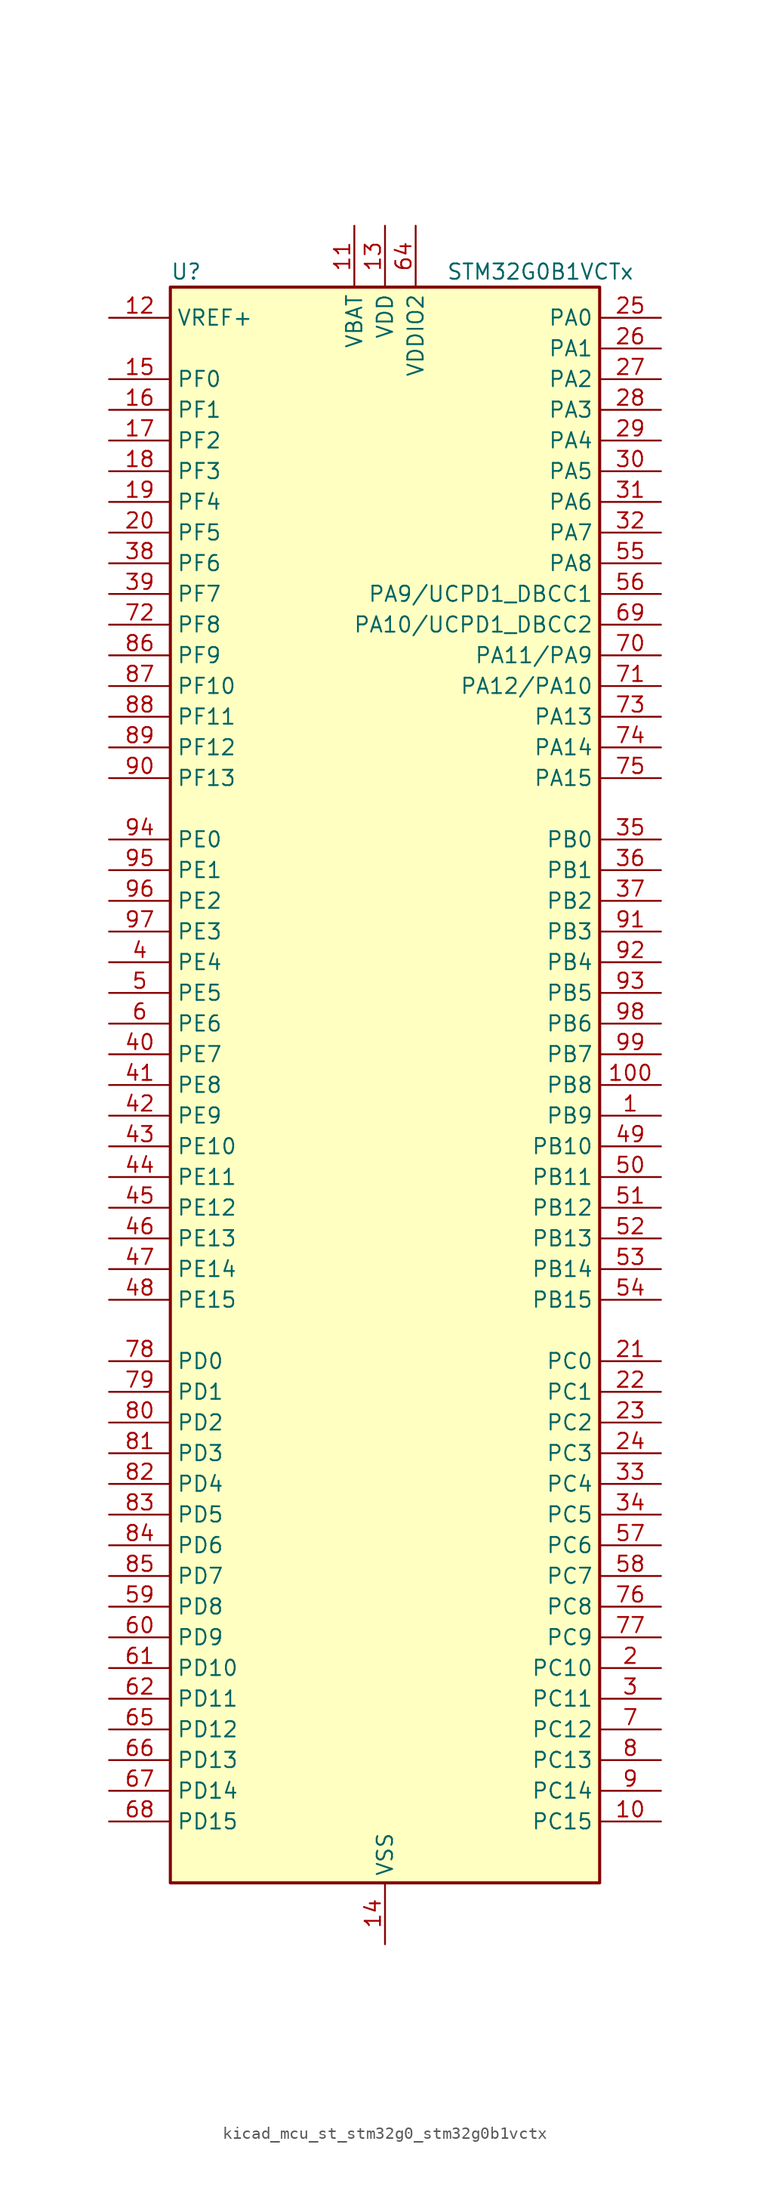
<source format=kicad_sym>
(kicad_symbol_lib
  (version 20220914)
  (generator kicad_symbol_editor)
  (symbol "kicad_mcu_st_stm32g0_stm32g0b1vctx"
    (property "Reference" "U"
      (at -17.78 67.31 0)
      (effects (font (size 1.27 1.27)) (justify left)))
    (property "Value" "STM32G0B1VCTx"
      (at 5.08 67.31 0)
      (effects (font (size 1.27 1.27)) (justify left)))
    (property "ki_locked" ""
      (at 0 0 0)
      (effects (font (size 1.27 1.27))))
    (symbol "kicad_mcu_st_stm32g0_stm32g0b1vctx_0_1"
      (rectangle (start -17.78 -66.04) (end 17.78 66.04) (stroke (width 0.254) (type default)) (fill (type background))))
    (symbol "kicad_mcu_st_stm32g0_stm32g0b1vctx_1_1"
      (pin bidirectional line (at 22.86 -2.54 180) (length 5.08) (name "PB9" (effects (font (size 1.27 1.27)))) (number "1" (effects (font (size 1.27 1.27)))) (alternate "DAC1_EXTI9" bidirectional line) (alternate "FDCAN1_TX" bidirectional line) (alternate "I2C1_SDA" bidirectional line) (alternate "I2S2_WS" bidirectional line) (alternate "IR_OUT" bidirectional line) (alternate "SPI2_NSS" bidirectional line) (alternate "TIM17_CH1" bidirectional line) (alternate "TIM4_CH4" bidirectional line) (alternate "UCPD2_FRSTX1" bidirectional line) (alternate "UCPD2_FRSTX2" bidirectional line) (alternate "USART3_RX" bidirectional line) (alternate "USART6_RX" bidirectional line))
      (pin bidirectional line (at 22.86 -60.96 180) (length 5.08) (name "PC15" (effects (font (size 1.27 1.27)))) (number "10" (effects (font (size 1.27 1.27)))) (alternate "RCC_OSC32_EN" bidirectional line) (alternate "RCC_OSC32_OUT" bidirectional line) (alternate "RCC_OSC_EN" bidirectional line) (alternate "TIM15_BK" bidirectional line))
      (pin bidirectional line (at 22.86 0 180) (length 5.08) (name "PB8" (effects (font (size 1.27 1.27)))) (number "100" (effects (font (size 1.27 1.27)))) (alternate "CEC" bidirectional line) (alternate "FDCAN1_RX" bidirectional line) (alternate "I2C1_SCL" bidirectional line) (alternate "I2S2_CK" bidirectional line) (alternate "SPI2_SCK" bidirectional line) (alternate "TIM15_BK" bidirectional line) (alternate "TIM16_CH1" bidirectional line) (alternate "TIM4_CH3" bidirectional line) (alternate "USART3_TX" bidirectional line) (alternate "USART6_TX" bidirectional line))
      (pin power_in line (at -2.54 71.12 270) (length 5.08) (name "VBAT" (effects (font (size 1.27 1.27)))) (number "11" (effects (font (size 1.27 1.27)))))
      (pin input line (at -22.86 63.5 0) (length 5.08) (name "VREF+" (effects (font (size 1.27 1.27)))) (number "12" (effects (font (size 1.27 1.27)))) (alternate "VREFBUF_OUT" bidirectional line))
      (pin power_in line (at 0 71.12 270) (length 5.08) (name "VDD" (effects (font (size 1.27 1.27)))) (number "13" (effects (font (size 1.27 1.27)))))
      (pin power_in line (at 0 -71.12 90) (length 5.08) (name "VSS" (effects (font (size 1.27 1.27)))) (number "14" (effects (font (size 1.27 1.27)))))
      (pin bidirectional line (at -22.86 58.42 0) (length 5.08) (name "PF0" (effects (font (size 1.27 1.27)))) (number "15" (effects (font (size 1.27 1.27)))) (alternate "CRS1_SYNC" bidirectional line) (alternate "RCC_OSC_IN" bidirectional line) (alternate "TIM14_CH1" bidirectional line))
      (pin bidirectional line (at -22.86 55.88 0) (length 5.08) (name "PF1" (effects (font (size 1.27 1.27)))) (number "16" (effects (font (size 1.27 1.27)))) (alternate "RCC_OSC_EN" bidirectional line) (alternate "RCC_OSC_OUT" bidirectional line) (alternate "TIM15_CH1N" bidirectional line))
      (pin bidirectional line (at -22.86 53.34 0) (length 5.08) (name "PF2" (effects (font (size 1.27 1.27)))) (number "17" (effects (font (size 1.27 1.27)))) (alternate "LPUART2_DE" bidirectional line) (alternate "LPUART2_RTS" bidirectional line) (alternate "LPUART2_TX" bidirectional line) (alternate "RCC_MCO" bidirectional line))
      (pin bidirectional line (at -22.86 50.8 0) (length 5.08) (name "PF3" (effects (font (size 1.27 1.27)))) (number "18" (effects (font (size 1.27 1.27)))) (alternate "LPUART2_RX" bidirectional line) (alternate "USART6_CK" bidirectional line) (alternate "USART6_DE" bidirectional line) (alternate "USART6_RTS" bidirectional line))
      (pin bidirectional line (at -22.86 48.26 0) (length 5.08) (name "PF4" (effects (font (size 1.27 1.27)))) (number "19" (effects (font (size 1.27 1.27)))) (alternate "LPUART1_TX" bidirectional line))
      (pin bidirectional line (at 22.86 -48.26 180) (length 5.08) (name "PC10" (effects (font (size 1.27 1.27)))) (number "2" (effects (font (size 1.27 1.27)))) (alternate "SPI3_SCK" bidirectional line) (alternate "TIM1_CH3" bidirectional line) (alternate "USART3_TX" bidirectional line) (alternate "USART4_TX" bidirectional line))
      (pin bidirectional line (at -22.86 45.72 0) (length 5.08) (name "PF5" (effects (font (size 1.27 1.27)))) (number "20" (effects (font (size 1.27 1.27)))) (alternate "LPUART1_RX" bidirectional line))
      (pin bidirectional line (at 22.86 -22.86 180) (length 5.08) (name "PC0" (effects (font (size 1.27 1.27)))) (number "21" (effects (font (size 1.27 1.27)))) (alternate "COMP3_INM" bidirectional line) (alternate "COMP3_OUT" bidirectional line) (alternate "I2C3_SCL" bidirectional line) (alternate "LPTIM1_IN1" bidirectional line) (alternate "LPTIM2_IN1" bidirectional line) (alternate "LPUART1_RX" bidirectional line) (alternate "LPUART2_TX" bidirectional line) (alternate "USART6_TX" bidirectional line))
      (pin bidirectional line (at 22.86 -25.4 180) (length 5.08) (name "PC1" (effects (font (size 1.27 1.27)))) (number "22" (effects (font (size 1.27 1.27)))) (alternate "COMP3_INP" bidirectional line) (alternate "I2C3_SDA" bidirectional line) (alternate "LPTIM1_OUT" bidirectional line) (alternate "LPUART1_TX" bidirectional line) (alternate "LPUART2_RX" bidirectional line) (alternate "TIM15_CH1" bidirectional line) (alternate "USART6_RX" bidirectional line))
      (pin bidirectional line (at 22.86 -27.94 180) (length 5.08) (name "PC2" (effects (font (size 1.27 1.27)))) (number "23" (effects (font (size 1.27 1.27)))) (alternate "COMP3_OUT" bidirectional line) (alternate "FDCAN2_RX" bidirectional line) (alternate "I2S2_MCK" bidirectional line) (alternate "LPTIM1_IN2" bidirectional line) (alternate "SPI2_MISO" bidirectional line) (alternate "TIM15_CH2" bidirectional line))
      (pin bidirectional line (at 22.86 -30.48 180) (length 5.08) (name "PC3" (effects (font (size 1.27 1.27)))) (number "24" (effects (font (size 1.27 1.27)))) (alternate "FDCAN2_TX" bidirectional line) (alternate "I2S2_SD" bidirectional line) (alternate "LPTIM1_ETR" bidirectional line) (alternate "LPTIM2_ETR" bidirectional line) (alternate "SPI2_MOSI" bidirectional line))
      (pin bidirectional line (at 22.86 63.5 180) (length 5.08) (name "PA0" (effects (font (size 1.27 1.27)))) (number "25" (effects (font (size 1.27 1.27)))) (alternate "ADC1_IN0" bidirectional line) (alternate "COMP1_INM" bidirectional line) (alternate "COMP1_OUT" bidirectional line) (alternate "I2S2_CK" bidirectional line) (alternate "LPTIM1_OUT" bidirectional line) (alternate "RTC_TAMP_IN2" bidirectional line) (alternate "SPI2_SCK" bidirectional line) (alternate "SYS_WKUP1" bidirectional line) (alternate "TIM2_CH1" bidirectional line) (alternate "TIM2_ETR" bidirectional line) (alternate "UCPD2_FRSTX1" bidirectional line) (alternate "UCPD2_FRSTX2" bidirectional line) (alternate "USART2_CTS" bidirectional line) (alternate "USART2_NSS" bidirectional line) (alternate "USART4_TX" bidirectional line))
      (pin bidirectional line (at 22.86 60.96 180) (length 5.08) (name "PA1" (effects (font (size 1.27 1.27)))) (number "26" (effects (font (size 1.27 1.27)))) (alternate "ADC1_IN1" bidirectional line) (alternate "COMP1_INP" bidirectional line) (alternate "I2C1_SMBA" bidirectional line) (alternate "I2S1_CK" bidirectional line) (alternate "SPI1_SCK" bidirectional line) (alternate "TIM15_CH1N" bidirectional line) (alternate "TIM2_CH2" bidirectional line) (alternate "USART2_CK" bidirectional line) (alternate "USART2_DE" bidirectional line) (alternate "USART2_RTS" bidirectional line) (alternate "USART4_RX" bidirectional line))
      (pin bidirectional line (at 22.86 58.42 180) (length 5.08) (name "PA2" (effects (font (size 1.27 1.27)))) (number "27" (effects (font (size 1.27 1.27)))) (alternate "ADC1_IN2" bidirectional line) (alternate "COMP2_INM" bidirectional line) (alternate "COMP2_OUT" bidirectional line) (alternate "I2S1_SD" bidirectional line) (alternate "LPUART1_TX" bidirectional line) (alternate "RCC_LSCO" bidirectional line) (alternate "SPI1_MOSI" bidirectional line) (alternate "SYS_WKUP4" bidirectional line) (alternate "TIM15_CH1" bidirectional line) (alternate "TIM2_CH3" bidirectional line) (alternate "UCPD1_FRSTX1" bidirectional line) (alternate "UCPD1_FRSTX2" bidirectional line) (alternate "USART2_TX" bidirectional line))
      (pin bidirectional line (at 22.86 55.88 180) (length 5.08) (name "PA3" (effects (font (size 1.27 1.27)))) (number "28" (effects (font (size 1.27 1.27)))) (alternate "ADC1_IN3" bidirectional line) (alternate "COMP2_INP" bidirectional line) (alternate "I2S2_MCK" bidirectional line) (alternate "LPUART1_RX" bidirectional line) (alternate "SPI2_MISO" bidirectional line) (alternate "TIM15_CH2" bidirectional line) (alternate "TIM2_CH4" bidirectional line) (alternate "UCPD2_FRSTX1" bidirectional line) (alternate "UCPD2_FRSTX2" bidirectional line) (alternate "USART2_RX" bidirectional line))
      (pin bidirectional line (at 22.86 53.34 180) (length 5.08) (name "PA4" (effects (font (size 1.27 1.27)))) (number "29" (effects (font (size 1.27 1.27)))) (alternate "ADC1_IN4" bidirectional line) (alternate "DAC1_OUT1" bidirectional line) (alternate "I2S1_WS" bidirectional line) (alternate "I2S2_SD" bidirectional line) (alternate "LPTIM2_OUT" bidirectional line) (alternate "RTC_OUT2" bidirectional line) (alternate "SPI1_NSS" bidirectional line) (alternate "SPI2_MOSI" bidirectional line) (alternate "SPI3_NSS" bidirectional line) (alternate "TIM14_CH1" bidirectional line) (alternate "UCPD2_FRSTX1" bidirectional line) (alternate "UCPD2_FRSTX2" bidirectional line) (alternate "USART6_TX" bidirectional line) (alternate "USB_NOE" bidirectional line))
      (pin bidirectional line (at 22.86 -50.8 180) (length 5.08) (name "PC11" (effects (font (size 1.27 1.27)))) (number "3" (effects (font (size 1.27 1.27)))) (alternate "ADC1_EXTI11" bidirectional line) (alternate "SPI3_MISO" bidirectional line) (alternate "TIM1_CH4" bidirectional line) (alternate "USART3_RX" bidirectional line) (alternate "USART4_RX" bidirectional line))
      (pin bidirectional line (at 22.86 50.8 180) (length 5.08) (name "PA5" (effects (font (size 1.27 1.27)))) (number "30" (effects (font (size 1.27 1.27)))) (alternate "ADC1_IN5" bidirectional line) (alternate "CEC" bidirectional line) (alternate "DAC1_OUT2" bidirectional line) (alternate "I2S1_CK" bidirectional line) (alternate "LPTIM2_ETR" bidirectional line) (alternate "SPI1_SCK" bidirectional line) (alternate "TIM2_CH1" bidirectional line) (alternate "TIM2_ETR" bidirectional line) (alternate "UCPD1_FRSTX1" bidirectional line) (alternate "UCPD1_FRSTX2" bidirectional line) (alternate "USART3_TX" bidirectional line) (alternate "USART6_RX" bidirectional line))
      (pin bidirectional line (at 22.86 48.26 180) (length 5.08) (name "PA6" (effects (font (size 1.27 1.27)))) (number "31" (effects (font (size 1.27 1.27)))) (alternate "ADC1_IN6" bidirectional line) (alternate "COMP1_OUT" bidirectional line) (alternate "I2C2_SDA" bidirectional line) (alternate "I2C3_SDA" bidirectional line) (alternate "I2S1_MCK" bidirectional line) (alternate "LPUART1_CTS" bidirectional line) (alternate "SPI1_MISO" bidirectional line) (alternate "TIM16_CH1" bidirectional line) (alternate "TIM1_BK" bidirectional line) (alternate "TIM3_CH1" bidirectional line) (alternate "USART3_CTS" bidirectional line) (alternate "USART3_NSS" bidirectional line) (alternate "USART6_CTS" bidirectional line) (alternate "USART6_NSS" bidirectional line))
      (pin bidirectional line (at 22.86 45.72 180) (length 5.08) (name "PA7" (effects (font (size 1.27 1.27)))) (number "32" (effects (font (size 1.27 1.27)))) (alternate "ADC1_IN7" bidirectional line) (alternate "COMP2_OUT" bidirectional line) (alternate "I2C2_SCL" bidirectional line) (alternate "I2C3_SCL" bidirectional line) (alternate "I2S1_SD" bidirectional line) (alternate "SPI1_MOSI" bidirectional line) (alternate "TIM14_CH1" bidirectional line) (alternate "TIM17_CH1" bidirectional line) (alternate "TIM1_CH1N" bidirectional line) (alternate "TIM3_CH2" bidirectional line) (alternate "UCPD1_FRSTX1" bidirectional line) (alternate "UCPD1_FRSTX2" bidirectional line) (alternate "USART6_CK" bidirectional line) (alternate "USART6_DE" bidirectional line) (alternate "USART6_RTS" bidirectional line))
      (pin bidirectional line (at 22.86 -33.02 180) (length 5.08) (name "PC4" (effects (font (size 1.27 1.27)))) (number "33" (effects (font (size 1.27 1.27)))) (alternate "ADC1_IN17" bidirectional line) (alternate "COMP1_INM" bidirectional line) (alternate "FDCAN1_RX" bidirectional line) (alternate "TIM2_CH1" bidirectional line) (alternate "TIM2_ETR" bidirectional line) (alternate "USART1_TX" bidirectional line) (alternate "USART3_TX" bidirectional line))
      (pin bidirectional line (at 22.86 -35.56 180) (length 5.08) (name "PC5" (effects (font (size 1.27 1.27)))) (number "34" (effects (font (size 1.27 1.27)))) (alternate "ADC1_IN18" bidirectional line) (alternate "COMP1_INP" bidirectional line) (alternate "FDCAN1_TX" bidirectional line) (alternate "SYS_WKUP5" bidirectional line) (alternate "TIM2_CH2" bidirectional line) (alternate "USART1_RX" bidirectional line) (alternate "USART3_RX" bidirectional line))
      (pin bidirectional line (at 22.86 20.32 180) (length 5.08) (name "PB0" (effects (font (size 1.27 1.27)))) (number "35" (effects (font (size 1.27 1.27)))) (alternate "ADC1_IN8" bidirectional line) (alternate "COMP1_OUT" bidirectional line) (alternate "COMP3_INP" bidirectional line) (alternate "FDCAN2_RX" bidirectional line) (alternate "I2S1_WS" bidirectional line) (alternate "LPTIM1_OUT" bidirectional line) (alternate "LPUART2_CTS" bidirectional line) (alternate "SPI1_NSS" bidirectional line) (alternate "TIM1_CH2N" bidirectional line) (alternate "TIM3_CH3" bidirectional line) (alternate "UCPD1_FRSTX1" bidirectional line) (alternate "UCPD1_FRSTX2" bidirectional line) (alternate "USART3_RX" bidirectional line) (alternate "USART5_TX" bidirectional line))
      (pin bidirectional line (at 22.86 17.78 180) (length 5.08) (name "PB1" (effects (font (size 1.27 1.27)))) (number "36" (effects (font (size 1.27 1.27)))) (alternate "ADC1_IN9" bidirectional line) (alternate "COMP1_INM" bidirectional line) (alternate "COMP3_OUT" bidirectional line) (alternate "FDCAN2_TX" bidirectional line) (alternate "LPTIM2_IN1" bidirectional line) (alternate "LPUART1_DE" bidirectional line) (alternate "LPUART1_RTS" bidirectional line) (alternate "LPUART2_DE" bidirectional line) (alternate "LPUART2_RTS" bidirectional line) (alternate "TIM14_CH1" bidirectional line) (alternate "TIM1_CH3N" bidirectional line) (alternate "TIM3_CH4" bidirectional line) (alternate "USART3_CK" bidirectional line) (alternate "USART3_DE" bidirectional line) (alternate "USART3_RTS" bidirectional line) (alternate "USART5_RX" bidirectional line))
      (pin bidirectional line (at 22.86 15.24 180) (length 5.08) (name "PB2" (effects (font (size 1.27 1.27)))) (number "37" (effects (font (size 1.27 1.27)))) (alternate "ADC1_IN10" bidirectional line) (alternate "COMP1_INP" bidirectional line) (alternate "COMP3_INM" bidirectional line) (alternate "I2S2_MCK" bidirectional line) (alternate "LPTIM1_OUT" bidirectional line) (alternate "RCC_MCO_2" bidirectional line) (alternate "SPI2_MISO" bidirectional line) (alternate "USART3_TX" bidirectional line))
      (pin bidirectional line (at -22.86 43.18 0) (length 5.08) (name "PF6" (effects (font (size 1.27 1.27)))) (number "38" (effects (font (size 1.27 1.27)))) (alternate "LPUART1_DE" bidirectional line) (alternate "LPUART1_RTS" bidirectional line))
      (pin bidirectional line (at -22.86 40.64 0) (length 5.08) (name "PF7" (effects (font (size 1.27 1.27)))) (number "39" (effects (font (size 1.27 1.27)))) (alternate "LPUART1_CTS" bidirectional line) (alternate "USART5_CTS" bidirectional line) (alternate "USART5_NSS" bidirectional line))
      (pin bidirectional line (at -22.86 10.16 0) (length 5.08) (name "PE4" (effects (font (size 1.27 1.27)))) (number "4" (effects (font (size 1.27 1.27)))) (alternate "TIM3_CH2" bidirectional line))
      (pin bidirectional line (at -22.86 2.54 0) (length 5.08) (name "PE7" (effects (font (size 1.27 1.27)))) (number "40" (effects (font (size 1.27 1.27)))) (alternate "COMP3_INP" bidirectional line) (alternate "TIM1_ETR" bidirectional line) (alternate "USART5_CK" bidirectional line) (alternate "USART5_DE" bidirectional line) (alternate "USART5_RTS" bidirectional line))
      (pin bidirectional line (at -22.86 0 0) (length 5.08) (name "PE8" (effects (font (size 1.27 1.27)))) (number "41" (effects (font (size 1.27 1.27)))) (alternate "COMP3_INM" bidirectional line) (alternate "TIM1_CH1N" bidirectional line) (alternate "USART4_TX" bidirectional line))
      (pin bidirectional line (at -22.86 -2.54 0) (length 5.08) (name "PE9" (effects (font (size 1.27 1.27)))) (number "42" (effects (font (size 1.27 1.27)))) (alternate "DAC1_EXTI9" bidirectional line) (alternate "TIM1_CH1" bidirectional line) (alternate "USART4_RX" bidirectional line))
      (pin bidirectional line (at -22.86 -5.08 0) (length 5.08) (name "PE10" (effects (font (size 1.27 1.27)))) (number "43" (effects (font (size 1.27 1.27)))) (alternate "TIM1_CH2N" bidirectional line) (alternate "USART5_TX" bidirectional line))
      (pin bidirectional line (at -22.86 -7.62 0) (length 5.08) (name "PE11" (effects (font (size 1.27 1.27)))) (number "44" (effects (font (size 1.27 1.27)))) (alternate "ADC1_EXTI11" bidirectional line) (alternate "TIM1_CH2" bidirectional line) (alternate "USART5_RX" bidirectional line))
      (pin bidirectional line (at -22.86 -10.16 0) (length 5.08) (name "PE12" (effects (font (size 1.27 1.27)))) (number "45" (effects (font (size 1.27 1.27)))) (alternate "I2S1_WS" bidirectional line) (alternate "SPI1_NSS" bidirectional line) (alternate "TIM1_CH3N" bidirectional line))
      (pin bidirectional line (at -22.86 -12.7 0) (length 5.08) (name "PE13" (effects (font (size 1.27 1.27)))) (number "46" (effects (font (size 1.27 1.27)))) (alternate "I2S1_CK" bidirectional line) (alternate "SPI1_SCK" bidirectional line) (alternate "TIM1_CH3" bidirectional line))
      (pin bidirectional line (at -22.86 -15.24 0) (length 5.08) (name "PE14" (effects (font (size 1.27 1.27)))) (number "47" (effects (font (size 1.27 1.27)))) (alternate "I2S1_MCK" bidirectional line) (alternate "SPI1_MISO" bidirectional line) (alternate "TIM1_BK2" bidirectional line) (alternate "TIM1_CH4" bidirectional line))
      (pin bidirectional line (at -22.86 -17.78 0) (length 5.08) (name "PE15" (effects (font (size 1.27 1.27)))) (number "48" (effects (font (size 1.27 1.27)))) (alternate "I2S1_SD" bidirectional line) (alternate "SPI1_MOSI" bidirectional line) (alternate "TIM1_BK" bidirectional line))
      (pin bidirectional line (at 22.86 -5.08 180) (length 5.08) (name "PB10" (effects (font (size 1.27 1.27)))) (number "49" (effects (font (size 1.27 1.27)))) (alternate "ADC1_IN11" bidirectional line) (alternate "CEC" bidirectional line) (alternate "COMP1_OUT" bidirectional line) (alternate "I2C2_SCL" bidirectional line) (alternate "I2S2_CK" bidirectional line) (alternate "LPUART1_RX" bidirectional line) (alternate "SPI2_SCK" bidirectional line) (alternate "TIM2_CH3" bidirectional line) (alternate "USART3_TX" bidirectional line))
      (pin bidirectional line (at -22.86 7.62 0) (length 5.08) (name "PE5" (effects (font (size 1.27 1.27)))) (number "5" (effects (font (size 1.27 1.27)))) (alternate "TIM3_CH3" bidirectional line))
      (pin bidirectional line (at 22.86 -7.62 180) (length 5.08) (name "PB11" (effects (font (size 1.27 1.27)))) (number "50" (effects (font (size 1.27 1.27)))) (alternate "ADC1_EXTI11" bidirectional line) (alternate "ADC1_IN15" bidirectional line) (alternate "COMP2_OUT" bidirectional line) (alternate "I2C2_SDA" bidirectional line) (alternate "I2S2_SD" bidirectional line) (alternate "LPUART1_TX" bidirectional line) (alternate "SPI2_MOSI" bidirectional line) (alternate "TIM2_CH4" bidirectional line) (alternate "USART3_RX" bidirectional line))
      (pin bidirectional line (at 22.86 -10.16 180) (length 5.08) (name "PB12" (effects (font (size 1.27 1.27)))) (number "51" (effects (font (size 1.27 1.27)))) (alternate "ADC1_IN16" bidirectional line) (alternate "FDCAN2_RX" bidirectional line) (alternate "I2C2_SMBA" bidirectional line) (alternate "I2S2_WS" bidirectional line) (alternate "LPUART1_DE" bidirectional line) (alternate "LPUART1_RTS" bidirectional line) (alternate "SPI2_NSS" bidirectional line) (alternate "TIM15_BK" bidirectional line) (alternate "TIM1_BK" bidirectional line) (alternate "UCPD2_FRSTX1" bidirectional line) (alternate "UCPD2_FRSTX2" bidirectional line))
      (pin bidirectional line (at 22.86 -12.7 180) (length 5.08) (name "PB13" (effects (font (size 1.27 1.27)))) (number "52" (effects (font (size 1.27 1.27)))) (alternate "FDCAN2_TX" bidirectional line) (alternate "I2C2_SCL" bidirectional line) (alternate "I2S2_CK" bidirectional line) (alternate "LPUART1_CTS" bidirectional line) (alternate "SPI2_SCK" bidirectional line) (alternate "TIM15_CH1N" bidirectional line) (alternate "TIM1_CH1N" bidirectional line) (alternate "USART3_CTS" bidirectional line) (alternate "USART3_NSS" bidirectional line))
      (pin bidirectional line (at 22.86 -15.24 180) (length 5.08) (name "PB14" (effects (font (size 1.27 1.27)))) (number "53" (effects (font (size 1.27 1.27)))) (alternate "I2C2_SDA" bidirectional line) (alternate "I2S2_MCK" bidirectional line) (alternate "SPI2_MISO" bidirectional line) (alternate "TIM15_CH1" bidirectional line) (alternate "TIM1_CH2N" bidirectional line) (alternate "UCPD1_FRSTX1" bidirectional line) (alternate "UCPD1_FRSTX2" bidirectional line) (alternate "USART3_CK" bidirectional line) (alternate "USART3_DE" bidirectional line) (alternate "USART3_RTS" bidirectional line) (alternate "USART6_CK" bidirectional line) (alternate "USART6_DE" bidirectional line) (alternate "USART6_RTS" bidirectional line))
      (pin bidirectional line (at 22.86 -17.78 180) (length 5.08) (name "PB15" (effects (font (size 1.27 1.27)))) (number "54" (effects (font (size 1.27 1.27)))) (alternate "I2S2_SD" bidirectional line) (alternate "RTC_REFIN" bidirectional line) (alternate "SPI2_MOSI" bidirectional line) (alternate "TIM15_CH1N" bidirectional line) (alternate "TIM15_CH2" bidirectional line) (alternate "TIM1_CH3N" bidirectional line) (alternate "UCPD1_CC2" bidirectional line) (alternate "USART6_CTS" bidirectional line) (alternate "USART6_NSS" bidirectional line))
      (pin bidirectional line (at 22.86 43.18 180) (length 5.08) (name "PA8" (effects (font (size 1.27 1.27)))) (number "55" (effects (font (size 1.27 1.27)))) (alternate "CRS1_SYNC" bidirectional line) (alternate "I2C2_SMBA" bidirectional line) (alternate "I2S2_WS" bidirectional line) (alternate "LPTIM2_OUT" bidirectional line) (alternate "RCC_MCO" bidirectional line) (alternate "SPI2_NSS" bidirectional line) (alternate "TIM1_CH1" bidirectional line) (alternate "UCPD1_CC1" bidirectional line))
      (pin bidirectional line (at 22.86 40.64 180) (length 5.08) (name "PA9/UCPD1_DBCC1" (effects (font (size 1.27 1.27)))) (number "56" (effects (font (size 1.27 1.27)))) (alternate "DAC1_EXTI9" bidirectional line) (alternate "I2C1_SCL" bidirectional line) (alternate "I2C2_SCL" bidirectional line) (alternate "I2S2_MCK" bidirectional line) (alternate "RCC_MCO" bidirectional line) (alternate "SPI2_MISO" bidirectional line) (alternate "TIM15_BK" bidirectional line) (alternate "TIM1_CH2" bidirectional line) (alternate "UCPD1_DBCC1" bidirectional line) (alternate "USART1_TX" bidirectional line))
      (pin bidirectional line (at 22.86 -38.1 180) (length 5.08) (name "PC6" (effects (font (size 1.27 1.27)))) (number "57" (effects (font (size 1.27 1.27)))) (alternate "LPUART2_TX" bidirectional line) (alternate "TIM2_CH3" bidirectional line) (alternate "TIM3_CH1" bidirectional line) (alternate "UCPD1_FRSTX1" bidirectional line) (alternate "UCPD1_FRSTX2" bidirectional line))
      (pin bidirectional line (at 22.86 -40.64 180) (length 5.08) (name "PC7" (effects (font (size 1.27 1.27)))) (number "58" (effects (font (size 1.27 1.27)))) (alternate "LPUART2_RX" bidirectional line) (alternate "TIM2_CH4" bidirectional line) (alternate "TIM3_CH2" bidirectional line) (alternate "UCPD2_FRSTX1" bidirectional line) (alternate "UCPD2_FRSTX2" bidirectional line))
      (pin bidirectional line (at -22.86 -43.18 0) (length 5.08) (name "PD8" (effects (font (size 1.27 1.27)))) (number "59" (effects (font (size 1.27 1.27)))) (alternate "I2S1_CK" bidirectional line) (alternate "LPTIM1_OUT" bidirectional line) (alternate "SPI1_SCK" bidirectional line) (alternate "USART3_TX" bidirectional line))
      (pin bidirectional line (at -22.86 5.08 0) (length 5.08) (name "PE6" (effects (font (size 1.27 1.27)))) (number "6" (effects (font (size 1.27 1.27)))) (alternate "RTC_TAMP_IN3" bidirectional line) (alternate "SYS_WKUP3" bidirectional line) (alternate "TIM3_CH4" bidirectional line))
      (pin bidirectional line (at -22.86 -45.72 0) (length 5.08) (name "PD9" (effects (font (size 1.27 1.27)))) (number "60" (effects (font (size 1.27 1.27)))) (alternate "DAC1_EXTI9" bidirectional line) (alternate "I2S1_WS" bidirectional line) (alternate "SPI1_NSS" bidirectional line) (alternate "TIM1_BK2" bidirectional line) (alternate "USART3_RX" bidirectional line))
      (pin bidirectional line (at -22.86 -48.26 0) (length 5.08) (name "PD10" (effects (font (size 1.27 1.27)))) (number "61" (effects (font (size 1.27 1.27)))) (alternate "RCC_MCO" bidirectional line))
      (pin bidirectional line (at -22.86 -50.8 0) (length 5.08) (name "PD11" (effects (font (size 1.27 1.27)))) (number "62" (effects (font (size 1.27 1.27)))) (alternate "ADC1_EXTI11" bidirectional line) (alternate "LPTIM2_ETR" bidirectional line) (alternate "USART3_CTS" bidirectional line) (alternate "USART3_NSS" bidirectional line))
      (pin passive line (at 0 -71.12 90) (length 5.08) hide (name "VSS" (effects (font (size 1.27 1.27)))) (number "63" (effects (font (size 1.27 1.27)))))
      (pin power_in line (at 2.54 71.12 270) (length 5.08) (name "VDDIO2" (effects (font (size 1.27 1.27)))) (number "64" (effects (font (size 1.27 1.27)))))
      (pin bidirectional line (at -22.86 -53.34 0) (length 5.08) (name "PD12" (effects (font (size 1.27 1.27)))) (number "65" (effects (font (size 1.27 1.27)))) (alternate "FDCAN1_RX" bidirectional line) (alternate "LPTIM2_IN1" bidirectional line) (alternate "TIM4_CH1" bidirectional line) (alternate "USART3_CK" bidirectional line) (alternate "USART3_DE" bidirectional line) (alternate "USART3_RTS" bidirectional line))
      (pin bidirectional line (at -22.86 -55.88 0) (length 5.08) (name "PD13" (effects (font (size 1.27 1.27)))) (number "66" (effects (font (size 1.27 1.27)))) (alternate "FDCAN1_TX" bidirectional line) (alternate "LPTIM2_OUT" bidirectional line) (alternate "TIM4_CH2" bidirectional line))
      (pin bidirectional line (at -22.86 -58.42 0) (length 5.08) (name "PD14" (effects (font (size 1.27 1.27)))) (number "67" (effects (font (size 1.27 1.27)))) (alternate "FDCAN2_RX" bidirectional line) (alternate "LPUART2_CTS" bidirectional line) (alternate "TIM4_CH3" bidirectional line))
      (pin bidirectional line (at -22.86 -60.96 0) (length 5.08) (name "PD15" (effects (font (size 1.27 1.27)))) (number "68" (effects (font (size 1.27 1.27)))) (alternate "CRS1_SYNC" bidirectional line) (alternate "FDCAN2_TX" bidirectional line) (alternate "LPUART2_DE" bidirectional line) (alternate "LPUART2_RTS" bidirectional line) (alternate "TIM4_CH4" bidirectional line))
      (pin bidirectional line (at 22.86 38.1 180) (length 5.08) (name "PA10/UCPD1_DBCC2" (effects (font (size 1.27 1.27)))) (number "69" (effects (font (size 1.27 1.27)))) (alternate "I2C1_SDA" bidirectional line) (alternate "I2C2_SDA" bidirectional line) (alternate "I2S2_SD" bidirectional line) (alternate "RCC_MCO_2" bidirectional line) (alternate "SPI2_MOSI" bidirectional line) (alternate "TIM17_BK" bidirectional line) (alternate "TIM1_CH3" bidirectional line) (alternate "UCPD1_DBCC2" bidirectional line) (alternate "USART1_RX" bidirectional line))
      (pin bidirectional line (at 22.86 -53.34 180) (length 5.08) (name "PC12" (effects (font (size 1.27 1.27)))) (number "7" (effects (font (size 1.27 1.27)))) (alternate "LPTIM1_IN1" bidirectional line) (alternate "SPI3_MOSI" bidirectional line) (alternate "TIM14_CH1" bidirectional line) (alternate "UCPD1_FRSTX1" bidirectional line) (alternate "UCPD1_FRSTX2" bidirectional line) (alternate "USART5_TX" bidirectional line))
      (pin bidirectional line (at 22.86 35.56 180) (length 5.08) (name "PA11/PA9" (effects (font (size 1.27 1.27)))) (number "70" (effects (font (size 1.27 1.27)))) (alternate "ADC1_EXTI11" bidirectional line) (alternate "COMP1_OUT" bidirectional line) (alternate "FDCAN1_RX" bidirectional line) (alternate "I2C2_SCL" bidirectional line) (alternate "I2S1_MCK" bidirectional line) (alternate "SPI1_MISO" bidirectional line) (alternate "TIM1_BK2" bidirectional line) (alternate "TIM1_CH4" bidirectional line) (alternate "USART1_CTS" bidirectional line) (alternate "USART1_NSS" bidirectional line) (alternate "USB_DM" bidirectional line))
      (pin bidirectional line (at 22.86 33.02 180) (length 5.08) (name "PA12/PA10" (effects (font (size 1.27 1.27)))) (number "71" (effects (font (size 1.27 1.27)))) (alternate "COMP2_OUT" bidirectional line) (alternate "FDCAN1_TX" bidirectional line) (alternate "I2C2_SDA" bidirectional line) (alternate "I2S1_SD" bidirectional line) (alternate "I2S_CKIN" bidirectional line) (alternate "SPI1_MOSI" bidirectional line) (alternate "TIM1_ETR" bidirectional line) (alternate "USART1_CK" bidirectional line) (alternate "USART1_DE" bidirectional line) (alternate "USART1_RTS" bidirectional line) (alternate "USB_DP" bidirectional line))
      (pin bidirectional line (at -22.86 38.1 0) (length 5.08) (name "PF8" (effects (font (size 1.27 1.27)))) (number "72" (effects (font (size 1.27 1.27)))))
      (pin bidirectional line (at 22.86 30.48 180) (length 5.08) (name "PA13" (effects (font (size 1.27 1.27)))) (number "73" (effects (font (size 1.27 1.27)))) (alternate "IR_OUT" bidirectional line) (alternate "LPUART2_RX" bidirectional line) (alternate "SYS_SWDIO" bidirectional line) (alternate "USB_NOE" bidirectional line))
      (pin bidirectional line (at 22.86 27.94 180) (length 5.08) (name "PA14" (effects (font (size 1.27 1.27)))) (number "74" (effects (font (size 1.27 1.27)))) (alternate "LPUART2_TX" bidirectional line) (alternate "SYS_SWCLK" bidirectional line) (alternate "USART2_TX" bidirectional line))
      (pin bidirectional line (at 22.86 25.4 180) (length 5.08) (name "PA15" (effects (font (size 1.27 1.27)))) (number "75" (effects (font (size 1.27 1.27)))) (alternate "I2C2_SMBA" bidirectional line) (alternate "I2S1_WS" bidirectional line) (alternate "RCC_MCO_2" bidirectional line) (alternate "SPI1_NSS" bidirectional line) (alternate "SPI3_NSS" bidirectional line) (alternate "TIM2_CH1" bidirectional line) (alternate "TIM2_ETR" bidirectional line) (alternate "USART2_RX" bidirectional line) (alternate "USART3_CK" bidirectional line) (alternate "USART3_DE" bidirectional line) (alternate "USART3_RTS" bidirectional line) (alternate "USART4_CK" bidirectional line) (alternate "USART4_DE" bidirectional line) (alternate "USART4_RTS" bidirectional line) (alternate "USB_NOE" bidirectional line))
      (pin bidirectional line (at 22.86 -43.18 180) (length 5.08) (name "PC8" (effects (font (size 1.27 1.27)))) (number "76" (effects (font (size 1.27 1.27)))) (alternate "LPUART2_CTS" bidirectional line) (alternate "TIM1_CH1" bidirectional line) (alternate "TIM3_CH3" bidirectional line) (alternate "UCPD2_FRSTX1" bidirectional line) (alternate "UCPD2_FRSTX2" bidirectional line))
      (pin bidirectional line (at 22.86 -45.72 180) (length 5.08) (name "PC9" (effects (font (size 1.27 1.27)))) (number "77" (effects (font (size 1.27 1.27)))) (alternate "DAC1_EXTI9" bidirectional line) (alternate "I2S_CKIN" bidirectional line) (alternate "LPUART2_DE" bidirectional line) (alternate "LPUART2_RTS" bidirectional line) (alternate "TIM1_CH2" bidirectional line) (alternate "TIM3_CH4" bidirectional line) (alternate "USB_NOE" bidirectional line))
      (pin bidirectional line (at -22.86 -22.86 0) (length 5.08) (name "PD0" (effects (font (size 1.27 1.27)))) (number "78" (effects (font (size 1.27 1.27)))) (alternate "FDCAN1_RX" bidirectional line) (alternate "I2S2_WS" bidirectional line) (alternate "SPI2_NSS" bidirectional line) (alternate "TIM16_CH1" bidirectional line) (alternate "UCPD2_CC1" bidirectional line))
      (pin bidirectional line (at -22.86 -25.4 0) (length 5.08) (name "PD1" (effects (font (size 1.27 1.27)))) (number "79" (effects (font (size 1.27 1.27)))) (alternate "FDCAN1_TX" bidirectional line) (alternate "I2S2_CK" bidirectional line) (alternate "SPI2_SCK" bidirectional line) (alternate "TIM17_CH1" bidirectional line) (alternate "UCPD2_DBCC1" bidirectional line))
      (pin bidirectional line (at 22.86 -55.88 180) (length 5.08) (name "PC13" (effects (font (size 1.27 1.27)))) (number "8" (effects (font (size 1.27 1.27)))) (alternate "RTC_OUT1" bidirectional line) (alternate "RTC_TAMP_IN1" bidirectional line) (alternate "RTC_TS" bidirectional line) (alternate "SYS_WKUP2" bidirectional line) (alternate "TIM1_BK" bidirectional line))
      (pin bidirectional line (at -22.86 -27.94 0) (length 5.08) (name "PD2" (effects (font (size 1.27 1.27)))) (number "80" (effects (font (size 1.27 1.27)))) (alternate "TIM1_CH1N" bidirectional line) (alternate "TIM3_ETR" bidirectional line) (alternate "UCPD2_CC2" bidirectional line) (alternate "USART3_CK" bidirectional line) (alternate "USART3_DE" bidirectional line) (alternate "USART3_RTS" bidirectional line) (alternate "USART5_RX" bidirectional line))
      (pin bidirectional line (at -22.86 -30.48 0) (length 5.08) (name "PD3" (effects (font (size 1.27 1.27)))) (number "81" (effects (font (size 1.27 1.27)))) (alternate "I2S2_MCK" bidirectional line) (alternate "SPI2_MISO" bidirectional line) (alternate "TIM1_CH2N" bidirectional line) (alternate "UCPD2_DBCC2" bidirectional line) (alternate "USART2_CTS" bidirectional line) (alternate "USART2_NSS" bidirectional line) (alternate "USART5_TX" bidirectional line))
      (pin bidirectional line (at -22.86 -33.02 0) (length 5.08) (name "PD4" (effects (font (size 1.27 1.27)))) (number "82" (effects (font (size 1.27 1.27)))) (alternate "I2S2_SD" bidirectional line) (alternate "SPI2_MOSI" bidirectional line) (alternate "TIM1_CH3N" bidirectional line) (alternate "USART2_CK" bidirectional line) (alternate "USART2_DE" bidirectional line) (alternate "USART2_RTS" bidirectional line) (alternate "USART5_CK" bidirectional line) (alternate "USART5_DE" bidirectional line) (alternate "USART5_RTS" bidirectional line))
      (pin bidirectional line (at -22.86 -35.56 0) (length 5.08) (name "PD5" (effects (font (size 1.27 1.27)))) (number "83" (effects (font (size 1.27 1.27)))) (alternate "I2S1_MCK" bidirectional line) (alternate "SPI1_MISO" bidirectional line) (alternate "TIM1_BK" bidirectional line) (alternate "USART2_TX" bidirectional line) (alternate "USART5_CTS" bidirectional line) (alternate "USART5_NSS" bidirectional line))
      (pin bidirectional line (at -22.86 -38.1 0) (length 5.08) (name "PD6" (effects (font (size 1.27 1.27)))) (number "84" (effects (font (size 1.27 1.27)))) (alternate "I2S1_SD" bidirectional line) (alternate "LPTIM2_OUT" bidirectional line) (alternate "SPI1_MOSI" bidirectional line) (alternate "USART2_RX" bidirectional line))
      (pin bidirectional line (at -22.86 -40.64 0) (length 5.08) (name "PD7" (effects (font (size 1.27 1.27)))) (number "85" (effects (font (size 1.27 1.27)))) (alternate "RCC_MCO_2" bidirectional line))
      (pin bidirectional line (at -22.86 35.56 0) (length 5.08) (name "PF9" (effects (font (size 1.27 1.27)))) (number "86" (effects (font (size 1.27 1.27)))) (alternate "DAC1_EXTI9" bidirectional line) (alternate "USART6_TX" bidirectional line))
      (pin bidirectional line (at -22.86 33.02 0) (length 5.08) (name "PF10" (effects (font (size 1.27 1.27)))) (number "87" (effects (font (size 1.27 1.27)))) (alternate "USART6_RX" bidirectional line))
      (pin bidirectional line (at -22.86 30.48 0) (length 5.08) (name "PF11" (effects (font (size 1.27 1.27)))) (number "88" (effects (font (size 1.27 1.27)))) (alternate "ADC1_EXTI11" bidirectional line) (alternate "USART6_CK" bidirectional line) (alternate "USART6_DE" bidirectional line) (alternate "USART6_RTS" bidirectional line))
      (pin bidirectional line (at -22.86 27.94 0) (length 5.08) (name "PF12" (effects (font (size 1.27 1.27)))) (number "89" (effects (font (size 1.27 1.27)))) (alternate "TIM15_CH1" bidirectional line) (alternate "USART6_CTS" bidirectional line) (alternate "USART6_NSS" bidirectional line))
      (pin bidirectional line (at 22.86 -58.42 180) (length 5.08) (name "PC14" (effects (font (size 1.27 1.27)))) (number "9" (effects (font (size 1.27 1.27)))) (alternate "RCC_OSC32_IN" bidirectional line) (alternate "TIM1_BK2" bidirectional line))
      (pin bidirectional line (at -22.86 25.4 0) (length 5.08) (name "PF13" (effects (font (size 1.27 1.27)))) (number "90" (effects (font (size 1.27 1.27)))) (alternate "TIM15_CH2" bidirectional line))
      (pin bidirectional line (at 22.86 12.7 180) (length 5.08) (name "PB3" (effects (font (size 1.27 1.27)))) (number "91" (effects (font (size 1.27 1.27)))) (alternate "COMP2_INM" bidirectional line) (alternate "I2C2_SCL" bidirectional line) (alternate "I2C3_SCL" bidirectional line) (alternate "I2S1_CK" bidirectional line) (alternate "SPI1_SCK" bidirectional line) (alternate "SPI3_SCK" bidirectional line) (alternate "TIM1_CH2" bidirectional line) (alternate "TIM2_CH2" bidirectional line) (alternate "USART1_CK" bidirectional line) (alternate "USART1_DE" bidirectional line) (alternate "USART1_RTS" bidirectional line) (alternate "USART5_TX" bidirectional line))
      (pin bidirectional line (at 22.86 10.16 180) (length 5.08) (name "PB4" (effects (font (size 1.27 1.27)))) (number "92" (effects (font (size 1.27 1.27)))) (alternate "COMP2_INP" bidirectional line) (alternate "I2C2_SDA" bidirectional line) (alternate "I2C3_SDA" bidirectional line) (alternate "I2S1_MCK" bidirectional line) (alternate "SPI1_MISO" bidirectional line) (alternate "SPI3_MISO" bidirectional line) (alternate "TIM17_BK" bidirectional line) (alternate "TIM3_CH1" bidirectional line) (alternate "USART1_CTS" bidirectional line) (alternate "USART1_NSS" bidirectional line) (alternate "USART5_RX" bidirectional line))
      (pin bidirectional line (at 22.86 7.62 180) (length 5.08) (name "PB5" (effects (font (size 1.27 1.27)))) (number "93" (effects (font (size 1.27 1.27)))) (alternate "COMP2_OUT" bidirectional line) (alternate "FDCAN2_RX" bidirectional line) (alternate "I2C1_SMBA" bidirectional line) (alternate "I2S1_SD" bidirectional line) (alternate "LPTIM1_IN1" bidirectional line) (alternate "SPI1_MOSI" bidirectional line) (alternate "SPI3_MOSI" bidirectional line) (alternate "SYS_WKUP6" bidirectional line) (alternate "TIM16_BK" bidirectional line) (alternate "TIM3_CH2" bidirectional line) (alternate "USART5_CK" bidirectional line) (alternate "USART5_DE" bidirectional line) (alternate "USART5_RTS" bidirectional line))
      (pin bidirectional line (at -22.86 20.32 0) (length 5.08) (name "PE0" (effects (font (size 1.27 1.27)))) (number "94" (effects (font (size 1.27 1.27)))) (alternate "TIM16_CH1" bidirectional line) (alternate "TIM4_ETR" bidirectional line))
      (pin bidirectional line (at -22.86 17.78 0) (length 5.08) (name "PE1" (effects (font (size 1.27 1.27)))) (number "95" (effects (font (size 1.27 1.27)))) (alternate "TIM17_CH1" bidirectional line))
      (pin bidirectional line (at -22.86 15.24 0) (length 5.08) (name "PE2" (effects (font (size 1.27 1.27)))) (number "96" (effects (font (size 1.27 1.27)))) (alternate "TIM3_ETR" bidirectional line))
      (pin bidirectional line (at -22.86 12.7 0) (length 5.08) (name "PE3" (effects (font (size 1.27 1.27)))) (number "97" (effects (font (size 1.27 1.27)))) (alternate "TIM3_CH1" bidirectional line))
      (pin bidirectional line (at 22.86 5.08 180) (length 5.08) (name "PB6" (effects (font (size 1.27 1.27)))) (number "98" (effects (font (size 1.27 1.27)))) (alternate "COMP2_INP" bidirectional line) (alternate "FDCAN2_TX" bidirectional line) (alternate "I2C1_SCL" bidirectional line) (alternate "I2S2_MCK" bidirectional line) (alternate "LPTIM1_ETR" bidirectional line) (alternate "LPUART2_TX" bidirectional line) (alternate "SPI2_MISO" bidirectional line) (alternate "TIM16_CH1N" bidirectional line) (alternate "TIM1_CH3" bidirectional line) (alternate "TIM4_CH1" bidirectional line) (alternate "USART1_TX" bidirectional line) (alternate "USART5_CTS" bidirectional line) (alternate "USART5_NSS" bidirectional line))
      (pin bidirectional line (at 22.86 2.54 180) (length 5.08) (name "PB7" (effects (font (size 1.27 1.27)))) (number "99" (effects (font (size 1.27 1.27)))) (alternate "COMP2_INM" bidirectional line) (alternate "I2C1_SDA" bidirectional line) (alternate "I2S2_SD" bidirectional line) (alternate "LPTIM1_IN2" bidirectional line) (alternate "LPUART2_RX" bidirectional line) (alternate "SPI2_MOSI" bidirectional line) (alternate "SYS_PVD_IN" bidirectional line) (alternate "TIM17_CH1N" bidirectional line) (alternate "TIM4_CH2" bidirectional line) (alternate "USART1_RX" bidirectional line) (alternate "USART4_CTS" bidirectional line) (alternate "USART4_NSS" bidirectional line)))))
</source>
